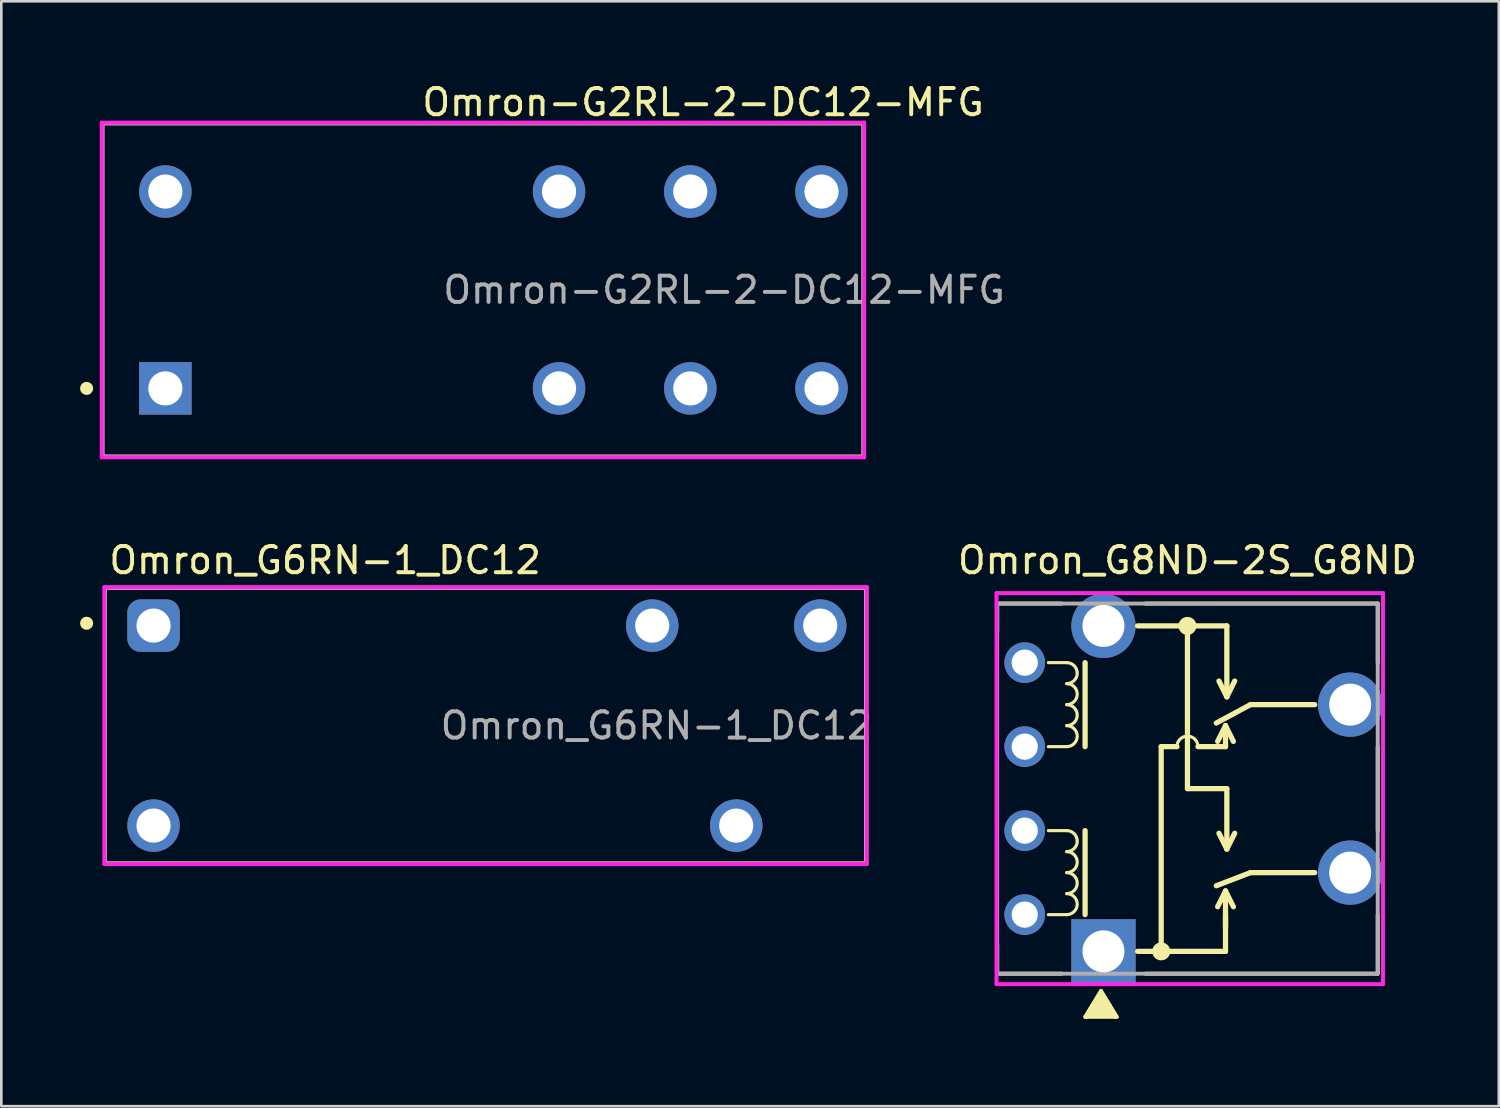
<source format=kicad_pcb>
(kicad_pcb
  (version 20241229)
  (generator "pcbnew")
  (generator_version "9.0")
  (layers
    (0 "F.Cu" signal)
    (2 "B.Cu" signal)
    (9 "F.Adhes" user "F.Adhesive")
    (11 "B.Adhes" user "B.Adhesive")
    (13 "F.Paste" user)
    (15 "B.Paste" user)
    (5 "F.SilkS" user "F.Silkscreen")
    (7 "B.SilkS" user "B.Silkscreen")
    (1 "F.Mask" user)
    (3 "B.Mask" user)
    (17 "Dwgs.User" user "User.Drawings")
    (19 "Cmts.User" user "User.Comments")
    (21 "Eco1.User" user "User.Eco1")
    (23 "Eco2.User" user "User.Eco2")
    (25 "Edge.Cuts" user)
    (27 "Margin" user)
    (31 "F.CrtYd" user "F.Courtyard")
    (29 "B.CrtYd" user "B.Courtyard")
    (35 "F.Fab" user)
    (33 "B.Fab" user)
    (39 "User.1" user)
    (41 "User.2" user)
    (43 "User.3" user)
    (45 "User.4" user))
  (footprint "Omron_G6RN-1_DC12"
    (layer "F.Cu")
    (at 15.45 24.596)
    (property "Reference" "Omron_G6RN-1_DC12" (at -14.425 -6.3 0) (layer "F.SilkS") (effects (font (size 1 1) (thickness 0.15)) (justify left)))
    (attr through_hole)
    (fp_line (start -14.5 -5.25) (end 14.5 -5.25) (stroke (width 0.15) (type solid)) (layer "F.SilkS"))
    (fp_line (start -14.5 5.25) (end -14.5 -5.25) (stroke (width 0.15) (type solid)) (layer "F.SilkS"))
    (fp_line (start -14.5 5.25) (end 14.5 5.25) (stroke (width 0.15) (type solid)) (layer "F.SilkS"))
    (fp_line (start 14.5 5.25) (end 14.5 -5.25) (stroke (width 0.15) (type solid)) (layer "F.SilkS"))
    (fp_circle (center -15.2 -3.9) (end -15.075 -3.9) (stroke (width 0.25) (type solid)) (fill no) (layer "F.SilkS"))
    (fp_line (start -14.525 -5.275) (end -14.525 5.275) (stroke (width 0.15) (type solid)) (layer "F.CrtYd"))
    (fp_line (start -14.525 5.275) (end 14.525 5.275) (stroke (width 0.15) (type solid)) (layer "F.CrtYd"))
    (fp_line (start 14.525 -5.275) (end -14.525 -5.275) (stroke (width 0.15) (type solid)) (layer "F.CrtYd"))
    (fp_line (start 14.525 -5.275) (end 14.525 -5.275) (stroke (width 0.15) (type solid)) (layer "F.CrtYd"))
    (fp_line (start 14.525 5.275) (end 14.525 -5.275) (stroke (width 0.15) (type solid)) (layer "F.CrtYd"))
    (fp_line (start -14.5 -5.25) (end 14.5 -5.25) (stroke (width 0.15) (type solid)) (layer "F.Fab"))
    (fp_line (start -14.5 5.25) (end -14.5 -5.25) (stroke (width 0.15) (type solid)) (layer "F.Fab"))
    (fp_line (start 14.5 -5.25) (end 14.5 5.25) (stroke (width 0.15) (type solid)) (layer "F.Fab"))
    (fp_line (start 14.5 5.25) (end -14.5 5.25) (stroke (width 0.15) (type solid)) (layer "F.Fab"))
    (fp_text user "${REFERENCE}" (at -1.8 0 0) (layer "F.Fab") (effects (font (size 1 1) (thickness 0.15)) (justify left)))
    (pad "1" thru_hole roundrect (at -12.65 -3.81) (size 2 2) (drill 1.3) (layers "*.Cu" "*.Mask") (roundrect_rratio 0.25))
    (pad "2" thru_hole circle (at -12.65 3.81) (size 2 2) (drill 1.3) (layers "*.Cu" "*.Mask"))
    (pad "3" thru_hole circle (at 6.35 -3.81) (size 2 2) (drill 1.3) (layers "*.Cu" "*.Mask"))
    (pad "4" thru_hole circle (at 9.55 3.81) (size 2 2) (drill 1.3) (layers "*.Cu" "*.Mask"))
    (pad "5" thru_hole circle (at 12.75 -3.81) (size 2 2) (drill 1.3) (layers "*.Cu" "*.Mask")))
  (footprint "Omron_G8ND-2S_G8ND"
    (layer "F.Cu")
    (at 42.192 26.997)
    (property "Reference" "Omron_G8ND-2S_G8ND" (at 0 -8.7 0) (layer "F.SilkS") (effects (font (size 1 1) (thickness 0.15))))
    (attr through_hole)
    (fp_line (start -7.25 -7.05) (end -4.8 -7.05) (stroke (width 0.15) (type solid)) (layer "F.SilkS"))
    (fp_line (start -7.25 -5.95) (end -7.25 -7.05) (stroke (width 0.15) (type solid)) (layer "F.SilkS"))
    (fp_line (start -7.25 7.05) (end -7.25 5.95) (stroke (width 0.15) (type solid)) (layer "F.SilkS"))
    (fp_line (start -7.25 7.05) (end -4.8 7.05) (stroke (width 0.15) (type solid)) (layer "F.SilkS"))
    (fp_line (start -4.6 -4.8) (end -5.3 -4.8) (stroke (width 0.12) (type solid)) (layer "F.SilkS"))
    (fp_line (start -4.6 -1.6) (end -5.3 -1.6) (stroke (width 0.12) (type solid)) (layer "F.SilkS"))
    (fp_line (start -4.6 1.6) (end -5.3 1.6) (stroke (width 0.12) (type solid)) (layer "F.SilkS"))
    (fp_line (start -4.6 4.8) (end -5.3 4.8) (stroke (width 0.12) (type solid)) (layer "F.SilkS"))
    (fp_line (start -3.9 -4.8) (end -3.9 -1.6) (stroke (width 0.2) (type solid)) (layer "F.SilkS"))
    (fp_line (start -3.9 1.6) (end -3.9 4.8) (stroke (width 0.2) (type solid)) (layer "F.SilkS"))
    (fp_line (start -1.9 -6.2) (end 1.5 -6.2) (stroke (width 0.2) (type solid)) (layer "F.SilkS"))
    (fp_line (start -1.6 -7.05) (end 7.25 -7.05) (stroke (width 0.15) (type solid)) (layer "F.SilkS"))
    (fp_line (start -1.6 7.05) (end 7.25 7.05) (stroke (width 0.15) (type solid)) (layer "F.SilkS"))
    (fp_line (start -1 -1.6) (end -1 6.2) (stroke (width 0.2) (type solid)) (layer "F.SilkS"))
    (fp_line (start -0.4 -1.6) (end -1 -1.6) (stroke (width 0.2) (type solid)) (layer "F.SilkS"))
    (fp_line (start 0 0) (end 0 -6.2) (stroke (width 0.2) (type solid)) (layer "F.SilkS"))
    (fp_line (start 1.1 -2.5) (end 2.4 -3.2) (stroke (width 0.2) (type solid)) (layer "F.SilkS"))
    (fp_line (start 1.1 3.7) (end 2.4 3.2) (stroke (width 0.2) (type solid)) (layer "F.SilkS"))
    (fp_line (start 1.15 -1.8) (end 1.45 -2.4) (stroke (width 0.2) (type solid)) (layer "F.SilkS"))
    (fp_line (start 1.15 4.5) (end 1.45 3.9) (stroke (width 0.2) (type solid)) (layer "F.SilkS"))
    (fp_line (start 1.2 -4.1) (end 1.5 -3.5) (stroke (width 0.2) (type solid)) (layer "F.SilkS"))
    (fp_line (start 1.2 1.7) (end 1.5 2.3) (stroke (width 0.2) (type solid)) (layer "F.SilkS"))
    (fp_line (start 1.45 -1.6) (end 0.4 -1.6) (stroke (width 0.2) (type solid)) (layer "F.SilkS"))
    (fp_line (start 1.45 -1.6) (end 1.45 -2.4) (stroke (width 0.2) (type solid)) (layer "F.SilkS"))
    (fp_line (start 1.45 4.8) (end 1.45 6.2) (stroke (width 0.2) (type solid)) (layer "F.SilkS"))
    (fp_line (start 1.45 5.3) (end 1.45 3.9) (stroke (width 0.2) (type solid)) (layer "F.SilkS"))
    (fp_line (start 1.45 6.2) (end -1.9 6.2) (stroke (width 0.2) (type solid)) (layer "F.SilkS"))
    (fp_line (start 1.5 -6.2) (end 1.5 -3.5) (stroke (width 0.2) (type solid)) (layer "F.SilkS"))
    (fp_line (start 1.5 0) (end 0 0) (stroke (width 0.2) (type solid)) (layer "F.SilkS"))
    (fp_line (start 1.5 0) (end 1.5 2.3) (stroke (width 0.2) (type solid)) (layer "F.SilkS"))
    (fp_line (start 1.75 -1.8) (end 1.45 -2.4) (stroke (width 0.2) (type solid)) (layer "F.SilkS"))
    (fp_line (start 1.75 4.5) (end 1.45 3.9) (stroke (width 0.2) (type solid)) (layer "F.SilkS"))
    (fp_line (start 1.8 -4.1) (end 1.5 -3.5) (stroke (width 0.2) (type solid)) (layer "F.SilkS"))
    (fp_line (start 1.8 1.7) (end 1.5 2.3) (stroke (width 0.2) (type solid)) (layer "F.SilkS"))
    (fp_line (start 4.85 -3.2) (end 2.4 -3.2) (stroke (width 0.2) (type solid)) (layer "F.SilkS"))
    (fp_line (start 4.85 3.2) (end 2.4 3.2) (stroke (width 0.2) (type solid)) (layer "F.SilkS"))
    (fp_line (start 7.25 -4.8) (end 7.25 -7.05) (stroke (width 0.15) (type solid)) (layer "F.SilkS"))
    (fp_line (start 7.25 1.6) (end 7.25 -1.6) (stroke (width 0.15) (type solid)) (layer "F.SilkS"))
    (fp_line (start 7.25 7.05) (end 7.25 4.8) (stroke (width 0.15) (type solid)) (layer "F.SilkS"))
    (fp_arc (start -4.6 -4.8) (mid -4.2 -4.4) (end -4.6 -4) (stroke (width 0.12) (type solid)) (layer "F.SilkS"))
    (fp_arc (start -4.6 -4) (mid -4.2 -3.6) (end -4.6 -3.2) (stroke (width 0.12) (type solid)) (layer "F.SilkS"))
    (fp_arc (start -4.6 -3.2) (mid -4.2 -2.8) (end -4.6 -2.4) (stroke (width 0.12) (type solid)) (layer "F.SilkS"))
    (fp_arc (start -4.6 -2.4) (mid -4.2 -2) (end -4.6 -1.6) (stroke (width 0.12) (type solid)) (layer "F.SilkS"))
    (fp_arc (start -4.6 1.6) (mid -4.2 2) (end -4.6 2.4) (stroke (width 0.12) (type solid)) (layer "F.SilkS"))
    (fp_arc (start -4.6 2.4) (mid -4.2 2.8) (end -4.6 3.2) (stroke (width 0.12) (type solid)) (layer "F.SilkS"))
    (fp_arc (start -4.6 3.2) (mid -4.2 3.6) (end -4.6 4) (stroke (width 0.12) (type solid)) (layer "F.SilkS"))
    (fp_arc (start -4.6 4) (mid -4.2 4.4) (end -4.6 4.8) (stroke (width 0.12) (type solid)) (layer "F.SilkS"))
    (fp_arc (start -0.4 -1.6) (mid 0 -2) (end 0.4 -1.6) (stroke (width 0.12) (type solid)) (layer "F.SilkS"))
    (fp_circle (center -1 6.2) (end -0.717 6.2) (stroke (width 0.12) (type solid)) (fill yes) (layer "F.SilkS"))
    (fp_circle (center 0 -6.2) (end 0.283 -6.2) (stroke (width 0.12) (type solid)) (fill yes) (layer "F.SilkS"))
    (fp_line (start -7.275 -7.45) (end -7.275 7.45) (stroke (width 0.15) (type solid)) (layer "F.CrtYd"))
    (fp_line (start -7.275 7.45) (end 7.45 7.45) (stroke (width 0.15) (type solid)) (layer "F.CrtYd"))
    (fp_line (start 7.45 -7.45) (end -7.275 -7.45) (stroke (width 0.15) (type solid)) (layer "F.CrtYd"))
    (fp_line (start 7.45 -7.45) (end 7.45 -7.45) (stroke (width 0.15) (type solid)) (layer "F.CrtYd"))
    (fp_line (start 7.45 7.45) (end 7.45 -7.45) (stroke (width 0.15) (type solid)) (layer "F.CrtYd"))
    (fp_line (start -7.25 -7.05) (end 7.25 -7.05) (stroke (width 0.15) (type solid)) (layer "F.Fab"))
    (fp_line (start -7.25 7.05) (end -7.25 -7.05) (stroke (width 0.15) (type solid)) (layer "F.Fab"))
    (fp_line (start 7.25 -7.05) (end 7.25 7.05) (stroke (width 0.15) (type solid)) (layer "F.Fab"))
    (fp_line (start 7.25 7.05) (end -7.25 7.05) (stroke (width 0.15) (type solid)) (layer "F.Fab"))
    (fp_text user "▶" (at -3.4 8.2 90) (unlocked yes) (layer "F.SilkS") (effects (font (size 1.4 1.3) (thickness 0.15))))
    (pad "1" thru_hole rect (at -3.2 6.2) (size 2.45 2.45) (drill 1.6) (layers "*.Cu" "*.Mask"))
    (pad "2" thru_hole circle (at 6.2 3.2) (size 2.45 2.45) (drill 1.6) (layers "*.Cu" "*.Mask"))
    (pad "3" thru_hole circle (at 6.2 -3.2) (size 2.45 2.45) (drill 1.6) (layers "*.Cu" "*.Mask"))
    (pad "4" thru_hole circle (at -3.2 -6.2) (size 2.45 2.45) (drill 1.6) (layers "*.Cu" "*.Mask"))
    (pad "5" thru_hole circle (at -6.2 -4.8) (size 1.55 1.55) (drill 1) (layers "*.Cu" "*.Mask"))
    (pad "6" thru_hole circle (at -6.2 -1.6) (size 1.55 1.55) (drill 1) (layers "*.Cu" "*.Mask"))
    (pad "7" thru_hole circle (at -6.2 1.6) (size 1.55 1.55) (drill 1) (layers "*.Cu" "*.Mask"))
    (pad "8" thru_hole circle (at -6.2 4.8) (size 1.55 1.55) (drill 1) (layers "*.Cu" "*.Mask")))
  (footprint "Omron-G2RL-2-DC12-MFG"
    (layer "F.Cu")
    (at 15.35 7.998)
    (property "Reference" "Omron-G2RL-2-DC12-MFG" (at -2.4 -7.15 0) (layer "F.SilkS") (effects (font (size 1 1) (thickness 0.15)) (justify left)))
    (attr through_hole)
    (fp_line (start -14.5 -6.35) (end 14.5 -6.35) (stroke (width 0.15) (type solid)) (layer "F.SilkS"))
    (fp_line (start -14.5 6.35) (end -14.5 -6.35) (stroke (width 0.15) (type solid)) (layer "F.SilkS"))
    (fp_line (start -14.5 6.35) (end 14.5 6.35) (stroke (width 0.15) (type solid)) (layer "F.SilkS"))
    (fp_line (start 14.5 6.35) (end 14.5 -6.35) (stroke (width 0.15) (type solid)) (layer "F.SilkS"))
    (fp_circle (center -15.1 3.75) (end -14.975 3.75) (stroke (width 0.25) (type solid)) (fill no) (layer "F.SilkS"))
    (fp_line (start -14.525 -6.375) (end -14.525 6.375) (stroke (width 0.15) (type solid)) (layer "F.CrtYd"))
    (fp_line (start -14.525 6.375) (end 14.525 6.375) (stroke (width 0.15) (type solid)) (layer "F.CrtYd"))
    (fp_line (start 14.525 -6.375) (end -14.525 -6.375) (stroke (width 0.15) (type solid)) (layer "F.CrtYd"))
    (fp_line (start 14.525 -6.375) (end 14.525 -6.375) (stroke (width 0.15) (type solid)) (layer "F.CrtYd"))
    (fp_line (start 14.525 6.375) (end 14.525 -6.375) (stroke (width 0.15) (type solid)) (layer "F.CrtYd"))
    (fp_line (start -14.5 -6.35) (end 14.5 -6.35) (stroke (width 0.15) (type solid)) (layer "F.Fab"))
    (fp_line (start -14.5 6.35) (end -14.5 -6.35) (stroke (width 0.15) (type solid)) (layer "F.Fab"))
    (fp_line (start 14.5 -6.35) (end 14.5 6.35) (stroke (width 0.15) (type solid)) (layer "F.Fab"))
    (fp_line (start 14.5 6.35) (end -14.5 6.35) (stroke (width 0.15) (type solid)) (layer "F.Fab"))
    (fp_text user "${REFERENCE}" (at -1.6 0 0) (layer "F.Fab") (effects (font (size 1 1) (thickness 0.15)) (justify left)))
    (pad "1" thru_hole rect (at -12.1 3.75) (size 2 2) (drill 1.3) (layers "*.Cu" "*.Mask"))
    (pad "2" thru_hole circle (at -12.1 -3.75) (size 2 2) (drill 1.3) (layers "*.Cu" "*.Mask"))
    (pad "3" thru_hole circle (at 2.9 -3.75) (size 2 2) (drill 1.3) (layers "*.Cu" "*.Mask"))
    (pad "4" thru_hole circle (at 7.9 -3.75) (size 2 2) (drill 1.3) (layers "*.Cu" "*.Mask"))
    (pad "5" thru_hole circle (at 12.9 -3.75) (size 2 2) (drill 1.3) (layers "*.Cu" "*.Mask"))
    (pad "6" thru_hole circle (at 2.9 3.75) (size 2 2) (drill 1.3) (layers "*.Cu" "*.Mask"))
    (pad "7" thru_hole circle (at 7.9 3.75) (size 2 2) (drill 1.3) (layers "*.Cu" "*.Mask"))
    (pad "8" thru_hole circle (at 12.9 3.75) (size 2 2) (drill 1.3) (layers "*.Cu" "*.Mask")))
  (gr_rect
    (start -3 -3)
    (end 54.055 39.096)
    (stroke (width 0.1) (type default))
    (fill no)
    (layer "Edge.Cuts")))
</source>
